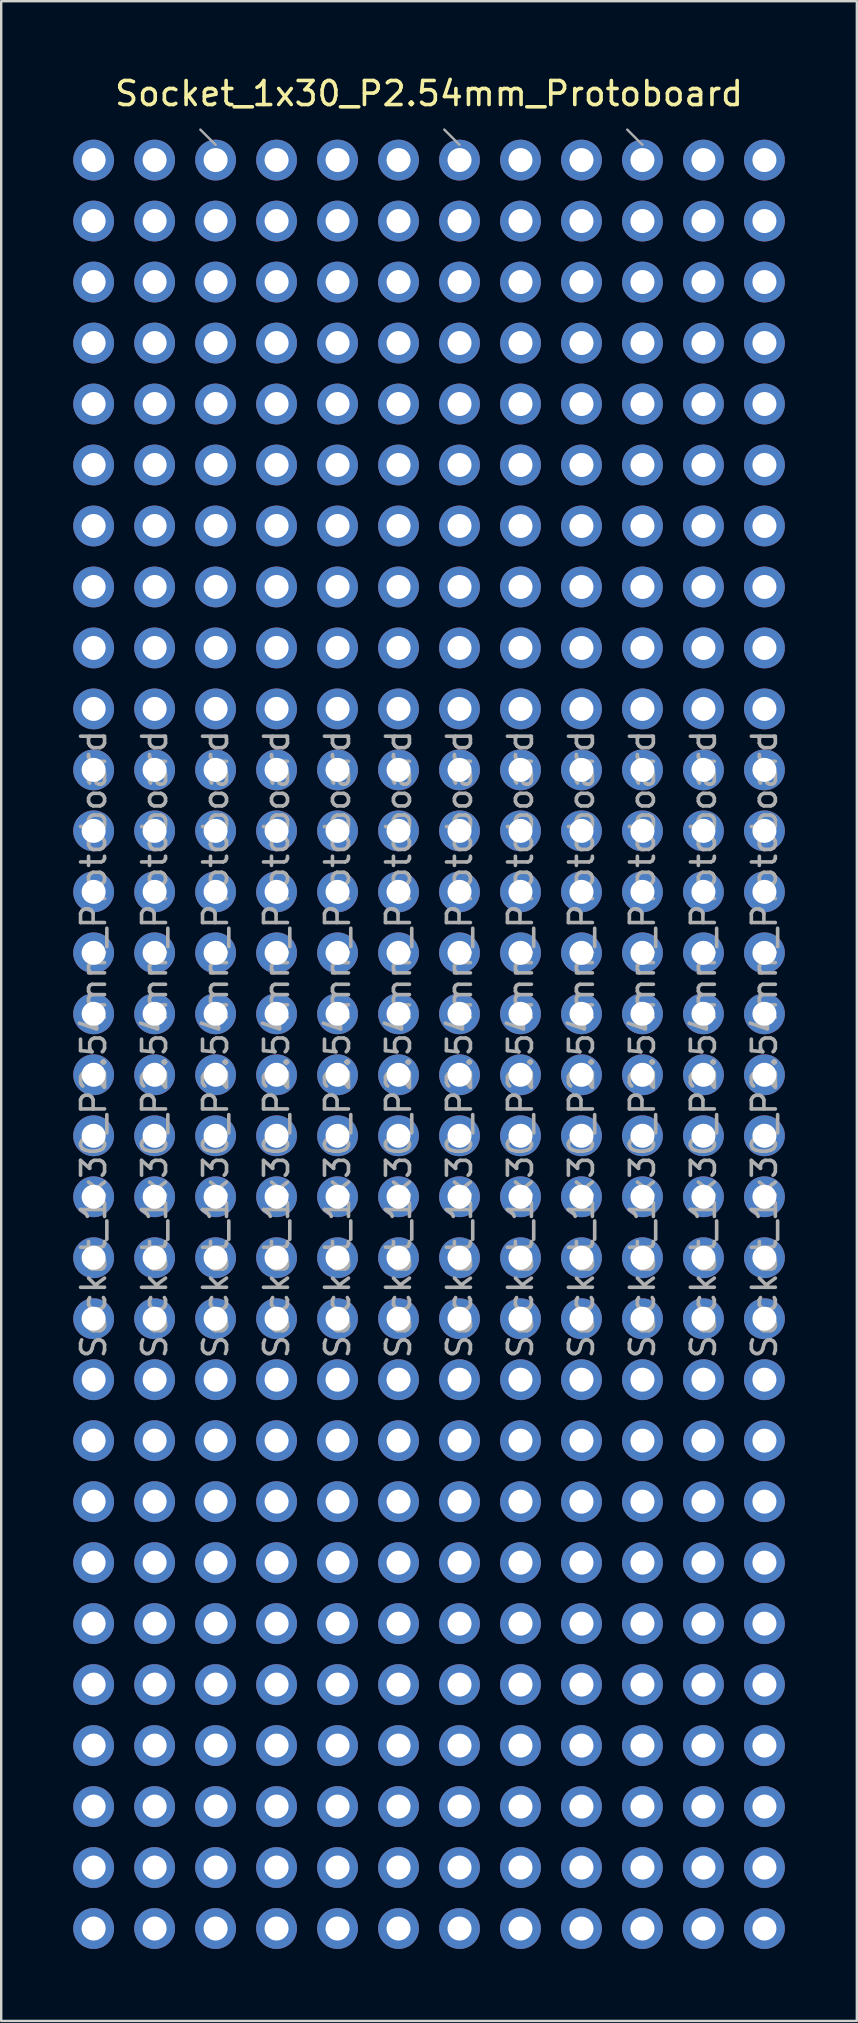
<source format=kicad_pcb>
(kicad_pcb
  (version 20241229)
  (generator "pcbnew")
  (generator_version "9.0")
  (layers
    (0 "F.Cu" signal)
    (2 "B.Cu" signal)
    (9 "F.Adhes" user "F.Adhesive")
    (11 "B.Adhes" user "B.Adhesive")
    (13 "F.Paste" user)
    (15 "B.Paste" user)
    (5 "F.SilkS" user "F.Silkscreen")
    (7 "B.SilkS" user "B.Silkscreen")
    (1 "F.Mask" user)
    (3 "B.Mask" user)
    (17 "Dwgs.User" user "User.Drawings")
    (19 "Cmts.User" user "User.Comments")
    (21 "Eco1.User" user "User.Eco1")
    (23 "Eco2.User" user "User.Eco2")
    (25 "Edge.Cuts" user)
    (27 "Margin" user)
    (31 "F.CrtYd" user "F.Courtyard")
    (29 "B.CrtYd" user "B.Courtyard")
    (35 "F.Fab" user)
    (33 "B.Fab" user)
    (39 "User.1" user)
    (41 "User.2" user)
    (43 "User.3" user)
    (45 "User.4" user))
  (footprint "Socket_1x30_P2.54mm_Protoboard"
    (layer "F.Cu")
    (at 14.82 40.448)
    (property "Reference" "Socket_1x30_P2.54mm_Protoboard" (at 0 -39.6 0) (layer "F.SilkS") (effects (font (size 1 1) (thickness 0.15))))
    (attr through_hole)
    (fp_line (start -9.525 -38.1) (end -8.89 -37.465) (stroke (width 0.1) (type solid)) (layer "F.Fab"))
    (fp_line (start 0.635 -38.1) (end 1.27 -37.465) (stroke (width 0.1) (type solid)) (layer "F.Fab"))
    (fp_line (start 8.255 -38.1) (end 8.89 -37.465) (stroke (width 0.1) (type solid)) (layer "F.Fab"))
    (fp_text user "${REFERENCE}" (at -3.81 0 90) (layer "F.Fab") (effects (font (size 1 1) (thickness 0.15))))
    (fp_text user "${REFERENCE}" (at 3.81 0 90) (layer "F.Fab") (effects (font (size 1 1) (thickness 0.15))))
    (fp_text user "${REFERENCE}" (at 6.35 0 90) (layer "F.Fab") (effects (font (size 1 1) (thickness 0.15))))
    (fp_text user "${REFERENCE}" (at 1.27 0 90) (layer "F.Fab") (effects (font (size 1 1) (thickness 0.15))))
    (fp_text user "${REFERENCE}" (at 11.43 0 90) (layer "F.Fab") (effects (font (size 1 1) (thickness 0.15))))
    (fp_text user "${REFERENCE}" (at 13.97 0 90) (layer "F.Fab") (effects (font (size 1 1) (thickness 0.15))))
    (fp_text user "${REFERENCE}" (at -11.43 0 90) (layer "F.Fab") (effects (font (size 1 1) (thickness 0.15))))
    (fp_text user "${REFERENCE}" (at -8.89 0 90) (layer "F.Fab") (effects (font (size 1 1) (thickness 0.15))))
    (fp_text user "${REFERENCE}" (at -1.27 0 90) (layer "F.Fab") (effects (font (size 1 1) (thickness 0.15))))
    (fp_text user "${REFERENCE}" (at -13.97 0 90) (layer "F.Fab") (effects (font (size 1 1) (thickness 0.15))))
    (fp_text user "${REFERENCE}" (at 8.89 0 90) (layer "F.Fab") (effects (font (size 1 1) (thickness 0.15))))
    (fp_text user "${REFERENCE}" (at -6.35 0 90) (layer "F.Fab") (effects (font (size 1 1) (thickness 0.15))))
    (pad "1" thru_hole oval (at -13.97 -36.83) (size 1.7 1.7) (drill 1) (layers "*.Cu" "*.Mask"))
    (pad "1" thru_hole oval (at -11.43 -36.83) (size 1.7 1.7) (drill 1) (layers "*.Cu" "*.Mask"))
    (pad "1" thru_hole oval (at -8.89 -36.83) (size 1.7 1.7) (drill 1) (layers "*.Cu" "*.Mask"))
    (pad "1" thru_hole oval (at -6.35 -36.83) (size 1.7 1.7) (drill 1) (layers "*.Cu" "*.Mask"))
    (pad "1" thru_hole oval (at -3.81 -36.83) (size 1.7 1.7) (drill 1) (layers "*.Cu" "*.Mask"))
    (pad "1" thru_hole oval (at -1.27 -36.83) (size 1.7 1.7) (drill 1) (layers "*.Cu" "*.Mask"))
    (pad "1" thru_hole oval (at 1.27 -36.83) (size 1.7 1.7) (drill 1) (layers "*.Cu" "*.Mask"))
    (pad "1" thru_hole oval (at 3.81 -36.83) (size 1.7 1.7) (drill 1) (layers "*.Cu" "*.Mask"))
    (pad "1" thru_hole oval (at 6.35 -36.83) (size 1.7 1.7) (drill 1) (layers "*.Cu" "*.Mask"))
    (pad "1" thru_hole oval (at 8.89 -36.83) (size 1.7 1.7) (drill 1) (layers "*.Cu" "*.Mask"))
    (pad "1" thru_hole oval (at 11.43 -36.83) (size 1.7 1.7) (drill 1) (layers "*.Cu" "*.Mask"))
    (pad "1" thru_hole oval (at 13.97 -36.83) (size 1.7 1.7) (drill 1) (layers "*.Cu" "*.Mask"))
    (pad "2" thru_hole oval (at -13.97 -34.29) (size 1.7 1.7) (drill 1) (layers "*.Cu" "*.Mask"))
    (pad "2" thru_hole oval (at -11.43 -34.29) (size 1.7 1.7) (drill 1) (layers "*.Cu" "*.Mask"))
    (pad "2" thru_hole oval (at -8.89 -34.29) (size 1.7 1.7) (drill 1) (layers "*.Cu" "*.Mask"))
    (pad "2" thru_hole oval (at -6.35 -34.29) (size 1.7 1.7) (drill 1) (layers "*.Cu" "*.Mask"))
    (pad "2" thru_hole oval (at -3.81 -34.29) (size 1.7 1.7) (drill 1) (layers "*.Cu" "*.Mask"))
    (pad "2" thru_hole oval (at -1.27 -34.29) (size 1.7 1.7) (drill 1) (layers "*.Cu" "*.Mask"))
    (pad "2" thru_hole oval (at 1.27 -34.29) (size 1.7 1.7) (drill 1) (layers "*.Cu" "*.Mask"))
    (pad "2" thru_hole oval (at 3.81 -34.29) (size 1.7 1.7) (drill 1) (layers "*.Cu" "*.Mask"))
    (pad "2" thru_hole oval (at 6.35 -34.29) (size 1.7 1.7) (drill 1) (layers "*.Cu" "*.Mask"))
    (pad "2" thru_hole oval (at 8.89 -34.29) (size 1.7 1.7) (drill 1) (layers "*.Cu" "*.Mask"))
    (pad "2" thru_hole oval (at 11.43 -34.29) (size 1.7 1.7) (drill 1) (layers "*.Cu" "*.Mask"))
    (pad "2" thru_hole oval (at 13.97 -34.29) (size 1.7 1.7) (drill 1) (layers "*.Cu" "*.Mask"))
    (pad "3" thru_hole oval (at -13.97 -31.75) (size 1.7 1.7) (drill 1) (layers "*.Cu" "*.Mask"))
    (pad "3" thru_hole oval (at -11.43 -31.75) (size 1.7 1.7) (drill 1) (layers "*.Cu" "*.Mask"))
    (pad "3" thru_hole oval (at -8.89 -31.75) (size 1.7 1.7) (drill 1) (layers "*.Cu" "*.Mask"))
    (pad "3" thru_hole oval (at -6.35 -31.75) (size 1.7 1.7) (drill 1) (layers "*.Cu" "*.Mask"))
    (pad "3" thru_hole oval (at -3.81 -31.75) (size 1.7 1.7) (drill 1) (layers "*.Cu" "*.Mask"))
    (pad "3" thru_hole oval (at -1.27 -31.75) (size 1.7 1.7) (drill 1) (layers "*.Cu" "*.Mask"))
    (pad "3" thru_hole oval (at 1.27 -31.75) (size 1.7 1.7) (drill 1) (layers "*.Cu" "*.Mask"))
    (pad "3" thru_hole oval (at 3.81 -31.75) (size 1.7 1.7) (drill 1) (layers "*.Cu" "*.Mask"))
    (pad "3" thru_hole oval (at 6.35 -31.75) (size 1.7 1.7) (drill 1) (layers "*.Cu" "*.Mask"))
    (pad "3" thru_hole oval (at 8.89 -31.75) (size 1.7 1.7) (drill 1) (layers "*.Cu" "*.Mask"))
    (pad "3" thru_hole oval (at 11.43 -31.75) (size 1.7 1.7) (drill 1) (layers "*.Cu" "*.Mask"))
    (pad "3" thru_hole oval (at 13.97 -31.75) (size 1.7 1.7) (drill 1) (layers "*.Cu" "*.Mask"))
    (pad "4" thru_hole oval (at -13.97 -29.21) (size 1.7 1.7) (drill 1) (layers "*.Cu" "*.Mask"))
    (pad "4" thru_hole oval (at -11.43 -29.21) (size 1.7 1.7) (drill 1) (layers "*.Cu" "*.Mask"))
    (pad "4" thru_hole oval (at -8.89 -29.21) (size 1.7 1.7) (drill 1) (layers "*.Cu" "*.Mask"))
    (pad "4" thru_hole oval (at -6.35 -29.21) (size 1.7 1.7) (drill 1) (layers "*.Cu" "*.Mask"))
    (pad "4" thru_hole oval (at -3.81 -29.21) (size 1.7 1.7) (drill 1) (layers "*.Cu" "*.Mask"))
    (pad "4" thru_hole oval (at -1.27 -29.21) (size 1.7 1.7) (drill 1) (layers "*.Cu" "*.Mask"))
    (pad "4" thru_hole oval (at 1.27 -29.21) (size 1.7 1.7) (drill 1) (layers "*.Cu" "*.Mask"))
    (pad "4" thru_hole oval (at 3.81 -29.21) (size 1.7 1.7) (drill 1) (layers "*.Cu" "*.Mask"))
    (pad "4" thru_hole oval (at 6.35 -29.21) (size 1.7 1.7) (drill 1) (layers "*.Cu" "*.Mask"))
    (pad "4" thru_hole oval (at 8.89 -29.21) (size 1.7 1.7) (drill 1) (layers "*.Cu" "*.Mask"))
    (pad "4" thru_hole oval (at 11.43 -29.21) (size 1.7 1.7) (drill 1) (layers "*.Cu" "*.Mask"))
    (pad "4" thru_hole oval (at 13.97 -29.21) (size 1.7 1.7) (drill 1) (layers "*.Cu" "*.Mask"))
    (pad "5" thru_hole oval (at -13.97 -26.67) (size 1.7 1.7) (drill 1) (layers "*.Cu" "*.Mask"))
    (pad "5" thru_hole oval (at -11.43 -26.67) (size 1.7 1.7) (drill 1) (layers "*.Cu" "*.Mask"))
    (pad "5" thru_hole oval (at -8.89 -26.67) (size 1.7 1.7) (drill 1) (layers "*.Cu" "*.Mask"))
    (pad "5" thru_hole oval (at -6.35 -26.67) (size 1.7 1.7) (drill 1) (layers "*.Cu" "*.Mask"))
    (pad "5" thru_hole oval (at -3.81 -26.67) (size 1.7 1.7) (drill 1) (layers "*.Cu" "*.Mask"))
    (pad "5" thru_hole oval (at -1.27 -26.67) (size 1.7 1.7) (drill 1) (layers "*.Cu" "*.Mask"))
    (pad "5" thru_hole oval (at 1.27 -26.67) (size 1.7 1.7) (drill 1) (layers "*.Cu" "*.Mask"))
    (pad "5" thru_hole oval (at 3.81 -26.67) (size 1.7 1.7) (drill 1) (layers "*.Cu" "*.Mask"))
    (pad "5" thru_hole oval (at 6.35 -26.67) (size 1.7 1.7) (drill 1) (layers "*.Cu" "*.Mask"))
    (pad "5" thru_hole oval (at 8.89 -26.67) (size 1.7 1.7) (drill 1) (layers "*.Cu" "*.Mask"))
    (pad "5" thru_hole oval (at 11.43 -26.67) (size 1.7 1.7) (drill 1) (layers "*.Cu" "*.Mask"))
    (pad "5" thru_hole oval (at 13.97 -26.67) (size 1.7 1.7) (drill 1) (layers "*.Cu" "*.Mask"))
    (pad "6" thru_hole oval (at -13.97 -24.13) (size 1.7 1.7) (drill 1) (layers "*.Cu" "*.Mask"))
    (pad "6" thru_hole oval (at -11.43 -24.13) (size 1.7 1.7) (drill 1) (layers "*.Cu" "*.Mask"))
    (pad "6" thru_hole oval (at -8.89 -24.13) (size 1.7 1.7) (drill 1) (layers "*.Cu" "*.Mask"))
    (pad "6" thru_hole oval (at -6.35 -24.13) (size 1.7 1.7) (drill 1) (layers "*.Cu" "*.Mask"))
    (pad "6" thru_hole oval (at -3.81 -24.13) (size 1.7 1.7) (drill 1) (layers "*.Cu" "*.Mask"))
    (pad "6" thru_hole oval (at -1.27 -24.13) (size 1.7 1.7) (drill 1) (layers "*.Cu" "*.Mask"))
    (pad "6" thru_hole oval (at 1.27 -24.13) (size 1.7 1.7) (drill 1) (layers "*.Cu" "*.Mask"))
    (pad "6" thru_hole oval (at 3.81 -24.13) (size 1.7 1.7) (drill 1) (layers "*.Cu" "*.Mask"))
    (pad "6" thru_hole oval (at 6.35 -24.13) (size 1.7 1.7) (drill 1) (layers "*.Cu" "*.Mask"))
    (pad "6" thru_hole oval (at 8.89 -24.13) (size 1.7 1.7) (drill 1) (layers "*.Cu" "*.Mask"))
    (pad "6" thru_hole oval (at 11.43 -24.13) (size 1.7 1.7) (drill 1) (layers "*.Cu" "*.Mask"))
    (pad "6" thru_hole oval (at 13.97 -24.13) (size 1.7 1.7) (drill 1) (layers "*.Cu" "*.Mask"))
    (pad "7" thru_hole oval (at -13.97 -21.59) (size 1.7 1.7) (drill 1) (layers "*.Cu" "*.Mask"))
    (pad "7" thru_hole oval (at -11.43 -21.59) (size 1.7 1.7) (drill 1) (layers "*.Cu" "*.Mask"))
    (pad "7" thru_hole oval (at -8.89 -21.59) (size 1.7 1.7) (drill 1) (layers "*.Cu" "*.Mask"))
    (pad "7" thru_hole oval (at -6.35 -21.59) (size 1.7 1.7) (drill 1) (layers "*.Cu" "*.Mask"))
    (pad "7" thru_hole oval (at -3.81 -21.59) (size 1.7 1.7) (drill 1) (layers "*.Cu" "*.Mask"))
    (pad "7" thru_hole oval (at -1.27 -21.59) (size 1.7 1.7) (drill 1) (layers "*.Cu" "*.Mask"))
    (pad "7" thru_hole oval (at 1.27 -21.59) (size 1.7 1.7) (drill 1) (layers "*.Cu" "*.Mask"))
    (pad "7" thru_hole oval (at 3.81 -21.59) (size 1.7 1.7) (drill 1) (layers "*.Cu" "*.Mask"))
    (pad "7" thru_hole oval (at 6.35 -21.59) (size 1.7 1.7) (drill 1) (layers "*.Cu" "*.Mask"))
    (pad "7" thru_hole oval (at 8.89 -21.59) (size 1.7 1.7) (drill 1) (layers "*.Cu" "*.Mask"))
    (pad "7" thru_hole oval (at 11.43 -21.59) (size 1.7 1.7) (drill 1) (layers "*.Cu" "*.Mask"))
    (pad "7" thru_hole oval (at 13.97 -21.59) (size 1.7 1.7) (drill 1) (layers "*.Cu" "*.Mask"))
    (pad "8" thru_hole oval (at -13.97 -19.05) (size 1.7 1.7) (drill 1) (layers "*.Cu" "*.Mask"))
    (pad "8" thru_hole oval (at -11.43 -19.05) (size 1.7 1.7) (drill 1) (layers "*.Cu" "*.Mask"))
    (pad "8" thru_hole oval (at -8.89 -19.05) (size 1.7 1.7) (drill 1) (layers "*.Cu" "*.Mask"))
    (pad "8" thru_hole oval (at -6.35 -19.05) (size 1.7 1.7) (drill 1) (layers "*.Cu" "*.Mask"))
    (pad "8" thru_hole oval (at -3.81 -19.05) (size 1.7 1.7) (drill 1) (layers "*.Cu" "*.Mask"))
    (pad "8" thru_hole oval (at -1.27 -19.05) (size 1.7 1.7) (drill 1) (layers "*.Cu" "*.Mask"))
    (pad "8" thru_hole oval (at 1.27 -19.05) (size 1.7 1.7) (drill 1) (layers "*.Cu" "*.Mask"))
    (pad "8" thru_hole oval (at 3.81 -19.05) (size 1.7 1.7) (drill 1) (layers "*.Cu" "*.Mask"))
    (pad "8" thru_hole oval (at 6.35 -19.05) (size 1.7 1.7) (drill 1) (layers "*.Cu" "*.Mask"))
    (pad "8" thru_hole oval (at 8.89 -19.05) (size 1.7 1.7) (drill 1) (layers "*.Cu" "*.Mask"))
    (pad "8" thru_hole oval (at 11.43 -19.05) (size 1.7 1.7) (drill 1) (layers "*.Cu" "*.Mask"))
    (pad "8" thru_hole oval (at 13.97 -19.05) (size 1.7 1.7) (drill 1) (layers "*.Cu" "*.Mask"))
    (pad "9" thru_hole oval (at -13.97 -16.51) (size 1.7 1.7) (drill 1) (layers "*.Cu" "*.Mask"))
    (pad "9" thru_hole oval (at -11.43 -16.51) (size 1.7 1.7) (drill 1) (layers "*.Cu" "*.Mask"))
    (pad "9" thru_hole oval (at -8.89 -16.51) (size 1.7 1.7) (drill 1) (layers "*.Cu" "*.Mask"))
    (pad "9" thru_hole oval (at -6.35 -16.51) (size 1.7 1.7) (drill 1) (layers "*.Cu" "*.Mask"))
    (pad "9" thru_hole oval (at -3.81 -16.51) (size 1.7 1.7) (drill 1) (layers "*.Cu" "*.Mask"))
    (pad "9" thru_hole oval (at -1.27 -16.51) (size 1.7 1.7) (drill 1) (layers "*.Cu" "*.Mask"))
    (pad "9" thru_hole oval (at 1.27 -16.51) (size 1.7 1.7) (drill 1) (layers "*.Cu" "*.Mask"))
    (pad "9" thru_hole oval (at 3.81 -16.51) (size 1.7 1.7) (drill 1) (layers "*.Cu" "*.Mask"))
    (pad "9" thru_hole oval (at 6.35 -16.51) (size 1.7 1.7) (drill 1) (layers "*.Cu" "*.Mask"))
    (pad "9" thru_hole oval (at 8.89 -16.51) (size 1.7 1.7) (drill 1) (layers "*.Cu" "*.Mask"))
    (pad "9" thru_hole oval (at 11.43 -16.51) (size 1.7 1.7) (drill 1) (layers "*.Cu" "*.Mask"))
    (pad "9" thru_hole oval (at 13.97 -16.51) (size 1.7 1.7) (drill 1) (layers "*.Cu" "*.Mask"))
    (pad "10" thru_hole oval (at -13.97 -13.97) (size 1.7 1.7) (drill 1) (layers "*.Cu" "*.Mask"))
    (pad "10" thru_hole oval (at -11.43 -13.97) (size 1.7 1.7) (drill 1) (layers "*.Cu" "*.Mask"))
    (pad "10" thru_hole oval (at -8.89 -13.97) (size 1.7 1.7) (drill 1) (layers "*.Cu" "*.Mask"))
    (pad "10" thru_hole oval (at -6.35 -13.97) (size 1.7 1.7) (drill 1) (layers "*.Cu" "*.Mask"))
    (pad "10" thru_hole oval (at -3.81 -13.97) (size 1.7 1.7) (drill 1) (layers "*.Cu" "*.Mask"))
    (pad "10" thru_hole oval (at -1.27 -13.97) (size 1.7 1.7) (drill 1) (layers "*.Cu" "*.Mask"))
    (pad "10" thru_hole oval (at 1.27 -13.97) (size 1.7 1.7) (drill 1) (layers "*.Cu" "*.Mask"))
    (pad "10" thru_hole oval (at 3.81 -13.97) (size 1.7 1.7) (drill 1) (layers "*.Cu" "*.Mask"))
    (pad "10" thru_hole oval (at 6.35 -13.97) (size 1.7 1.7) (drill 1) (layers "*.Cu" "*.Mask"))
    (pad "10" thru_hole oval (at 8.89 -13.97) (size 1.7 1.7) (drill 1) (layers "*.Cu" "*.Mask"))
    (pad "10" thru_hole oval (at 11.43 -13.97) (size 1.7 1.7) (drill 1) (layers "*.Cu" "*.Mask"))
    (pad "10" thru_hole oval (at 13.97 -13.97) (size 1.7 1.7) (drill 1) (layers "*.Cu" "*.Mask"))
    (pad "11" thru_hole oval (at -13.97 -11.43) (size 1.7 1.7) (drill 1) (layers "*.Cu" "*.Mask"))
    (pad "11" thru_hole oval (at -11.43 -11.43) (size 1.7 1.7) (drill 1) (layers "*.Cu" "*.Mask"))
    (pad "11" thru_hole oval (at -8.89 -11.43) (size 1.7 1.7) (drill 1) (layers "*.Cu" "*.Mask"))
    (pad "11" thru_hole oval (at -6.35 -11.43) (size 1.7 1.7) (drill 1) (layers "*.Cu" "*.Mask"))
    (pad "11" thru_hole oval (at -3.81 -11.43) (size 1.7 1.7) (drill 1) (layers "*.Cu" "*.Mask"))
    (pad "11" thru_hole oval (at -1.27 -11.43) (size 1.7 1.7) (drill 1) (layers "*.Cu" "*.Mask"))
    (pad "11" thru_hole oval (at 1.27 -11.43) (size 1.7 1.7) (drill 1) (layers "*.Cu" "*.Mask"))
    (pad "11" thru_hole oval (at 3.81 -11.43) (size 1.7 1.7) (drill 1) (layers "*.Cu" "*.Mask"))
    (pad "11" thru_hole oval (at 6.35 -11.43) (size 1.7 1.7) (drill 1) (layers "*.Cu" "*.Mask"))
    (pad "11" thru_hole oval (at 8.89 -11.43) (size 1.7 1.7) (drill 1) (layers "*.Cu" "*.Mask"))
    (pad "11" thru_hole oval (at 11.43 -11.43) (size 1.7 1.7) (drill 1) (layers "*.Cu" "*.Mask"))
    (pad "11" thru_hole oval (at 13.97 -11.43) (size 1.7 1.7) (drill 1) (layers "*.Cu" "*.Mask"))
    (pad "12" thru_hole oval (at -13.97 -8.89) (size 1.7 1.7) (drill 1) (layers "*.Cu" "*.Mask"))
    (pad "12" thru_hole oval (at -11.43 -8.89) (size 1.7 1.7) (drill 1) (layers "*.Cu" "*.Mask"))
    (pad "12" thru_hole oval (at -8.89 -8.89) (size 1.7 1.7) (drill 1) (layers "*.Cu" "*.Mask"))
    (pad "12" thru_hole oval (at -6.35 -8.89) (size 1.7 1.7) (drill 1) (layers "*.Cu" "*.Mask"))
    (pad "12" thru_hole oval (at -3.81 -8.89) (size 1.7 1.7) (drill 1) (layers "*.Cu" "*.Mask"))
    (pad "12" thru_hole oval (at -1.27 -8.89) (size 1.7 1.7) (drill 1) (layers "*.Cu" "*.Mask"))
    (pad "12" thru_hole oval (at 1.27 -8.89) (size 1.7 1.7) (drill 1) (layers "*.Cu" "*.Mask"))
    (pad "12" thru_hole oval (at 3.81 -8.89) (size 1.7 1.7) (drill 1) (layers "*.Cu" "*.Mask"))
    (pad "12" thru_hole oval (at 6.35 -8.89) (size 1.7 1.7) (drill 1) (layers "*.Cu" "*.Mask"))
    (pad "12" thru_hole oval (at 8.89 -8.89) (size 1.7 1.7) (drill 1) (layers "*.Cu" "*.Mask"))
    (pad "12" thru_hole oval (at 11.43 -8.89) (size 1.7 1.7) (drill 1) (layers "*.Cu" "*.Mask"))
    (pad "12" thru_hole oval (at 13.97 -8.89) (size 1.7 1.7) (drill 1) (layers "*.Cu" "*.Mask"))
    (pad "13" thru_hole oval (at -13.97 -6.35) (size 1.7 1.7) (drill 1) (layers "*.Cu" "*.Mask"))
    (pad "13" thru_hole oval (at -11.43 -6.35) (size 1.7 1.7) (drill 1) (layers "*.Cu" "*.Mask"))
    (pad "13" thru_hole oval (at -8.89 -6.35) (size 1.7 1.7) (drill 1) (layers "*.Cu" "*.Mask"))
    (pad "13" thru_hole oval (at -6.35 -6.35) (size 1.7 1.7) (drill 1) (layers "*.Cu" "*.Mask"))
    (pad "13" thru_hole oval (at -3.81 -6.35) (size 1.7 1.7) (drill 1) (layers "*.Cu" "*.Mask"))
    (pad "13" thru_hole oval (at -1.27 -6.35) (size 1.7 1.7) (drill 1) (layers "*.Cu" "*.Mask"))
    (pad "13" thru_hole oval (at 1.27 -6.35) (size 1.7 1.7) (drill 1) (layers "*.Cu" "*.Mask"))
    (pad "13" thru_hole oval (at 3.81 -6.35) (size 1.7 1.7) (drill 1) (layers "*.Cu" "*.Mask"))
    (pad "13" thru_hole oval (at 6.35 -6.35) (size 1.7 1.7) (drill 1) (layers "*.Cu" "*.Mask"))
    (pad "13" thru_hole oval (at 8.89 -6.35) (size 1.7 1.7) (drill 1) (layers "*.Cu" "*.Mask"))
    (pad "13" thru_hole oval (at 11.43 -6.35) (size 1.7 1.7) (drill 1) (layers "*.Cu" "*.Mask"))
    (pad "13" thru_hole oval (at 13.97 -6.35) (size 1.7 1.7) (drill 1) (layers "*.Cu" "*.Mask"))
    (pad "14" thru_hole oval (at -13.97 -3.81) (size 1.7 1.7) (drill 1) (layers "*.Cu" "*.Mask"))
    (pad "14" thru_hole oval (at -11.43 -3.81) (size 1.7 1.7) (drill 1) (layers "*.Cu" "*.Mask"))
    (pad "14" thru_hole oval (at -8.89 -3.81) (size 1.7 1.7) (drill 1) (layers "*.Cu" "*.Mask"))
    (pad "14" thru_hole oval (at -6.35 -3.81) (size 1.7 1.7) (drill 1) (layers "*.Cu" "*.Mask"))
    (pad "14" thru_hole oval (at -3.81 -3.81) (size 1.7 1.7) (drill 1) (layers "*.Cu" "*.Mask"))
    (pad "14" thru_hole oval (at -1.27 -3.81) (size 1.7 1.7) (drill 1) (layers "*.Cu" "*.Mask"))
    (pad "14" thru_hole oval (at 1.27 -3.81) (size 1.7 1.7) (drill 1) (layers "*.Cu" "*.Mask"))
    (pad "14" thru_hole oval (at 3.81 -3.81) (size 1.7 1.7) (drill 1) (layers "*.Cu" "*.Mask"))
    (pad "14" thru_hole oval (at 6.35 -3.81) (size 1.7 1.7) (drill 1) (layers "*.Cu" "*.Mask"))
    (pad "14" thru_hole oval (at 8.89 -3.81) (size 1.7 1.7) (drill 1) (layers "*.Cu" "*.Mask"))
    (pad "14" thru_hole oval (at 11.43 -3.81) (size 1.7 1.7) (drill 1) (layers "*.Cu" "*.Mask"))
    (pad "14" thru_hole oval (at 13.97 -3.81) (size 1.7 1.7) (drill 1) (layers "*.Cu" "*.Mask"))
    (pad "15" thru_hole oval (at -13.97 -1.27) (size 1.7 1.7) (drill 1) (layers "*.Cu" "*.Mask"))
    (pad "15" thru_hole oval (at -11.43 -1.27) (size 1.7 1.7) (drill 1) (layers "*.Cu" "*.Mask"))
    (pad "15" thru_hole oval (at -8.89 -1.27) (size 1.7 1.7) (drill 1) (layers "*.Cu" "*.Mask"))
    (pad "15" thru_hole oval (at -6.35 -1.27) (size 1.7 1.7) (drill 1) (layers "*.Cu" "*.Mask"))
    (pad "15" thru_hole oval (at -3.81 -1.27) (size 1.7 1.7) (drill 1) (layers "*.Cu" "*.Mask"))
    (pad "15" thru_hole oval (at -1.27 -1.27) (size 1.7 1.7) (drill 1) (layers "*.Cu" "*.Mask"))
    (pad "15" thru_hole oval (at 1.27 -1.27) (size 1.7 1.7) (drill 1) (layers "*.Cu" "*.Mask"))
    (pad "15" thru_hole oval (at 3.81 -1.27) (size 1.7 1.7) (drill 1) (layers "*.Cu" "*.Mask"))
    (pad "15" thru_hole oval (at 6.35 -1.27) (size 1.7 1.7) (drill 1) (layers "*.Cu" "*.Mask"))
    (pad "15" thru_hole oval (at 8.89 -1.27) (size 1.7 1.7) (drill 1) (layers "*.Cu" "*.Mask"))
    (pad "15" thru_hole oval (at 11.43 -1.27) (size 1.7 1.7) (drill 1) (layers "*.Cu" "*.Mask"))
    (pad "15" thru_hole oval (at 13.97 -1.27) (size 1.7 1.7) (drill 1) (layers "*.Cu" "*.Mask"))
    (pad "16" thru_hole oval (at -13.97 1.27) (size 1.7 1.7) (drill 1) (layers "*.Cu" "*.Mask"))
    (pad "16" thru_hole oval (at -11.43 1.27) (size 1.7 1.7) (drill 1) (layers "*.Cu" "*.Mask"))
    (pad "16" thru_hole oval (at -8.89 1.27) (size 1.7 1.7) (drill 1) (layers "*.Cu" "*.Mask"))
    (pad "16" thru_hole oval (at -6.35 1.27) (size 1.7 1.7) (drill 1) (layers "*.Cu" "*.Mask"))
    (pad "16" thru_hole oval (at -3.81 1.27) (size 1.7 1.7) (drill 1) (layers "*.Cu" "*.Mask"))
    (pad "16" thru_hole oval (at -1.27 1.27) (size 1.7 1.7) (drill 1) (layers "*.Cu" "*.Mask"))
    (pad "16" thru_hole oval (at 1.27 1.27) (size 1.7 1.7) (drill 1) (layers "*.Cu" "*.Mask"))
    (pad "16" thru_hole oval (at 3.81 1.27) (size 1.7 1.7) (drill 1) (layers "*.Cu" "*.Mask"))
    (pad "16" thru_hole oval (at 6.35 1.27) (size 1.7 1.7) (drill 1) (layers "*.Cu" "*.Mask"))
    (pad "16" thru_hole oval (at 8.89 1.27) (size 1.7 1.7) (drill 1) (layers "*.Cu" "*.Mask"))
    (pad "16" thru_hole oval (at 11.43 1.27) (size 1.7 1.7) (drill 1) (layers "*.Cu" "*.Mask"))
    (pad "16" thru_hole oval (at 13.97 1.27) (size 1.7 1.7) (drill 1) (layers "*.Cu" "*.Mask"))
    (pad "17" thru_hole oval (at -13.97 3.81) (size 1.7 1.7) (drill 1) (layers "*.Cu" "*.Mask"))
    (pad "17" thru_hole oval (at -11.43 3.81) (size 1.7 1.7) (drill 1) (layers "*.Cu" "*.Mask"))
    (pad "17" thru_hole oval (at -8.89 3.81) (size 1.7 1.7) (drill 1) (layers "*.Cu" "*.Mask"))
    (pad "17" thru_hole oval (at -6.35 3.81) (size 1.7 1.7) (drill 1) (layers "*.Cu" "*.Mask"))
    (pad "17" thru_hole oval (at -3.81 3.81) (size 1.7 1.7) (drill 1) (layers "*.Cu" "*.Mask"))
    (pad "17" thru_hole oval (at -1.27 3.81) (size 1.7 1.7) (drill 1) (layers "*.Cu" "*.Mask"))
    (pad "17" thru_hole oval (at 1.27 3.81) (size 1.7 1.7) (drill 1) (layers "*.Cu" "*.Mask"))
    (pad "17" thru_hole oval (at 3.81 3.81) (size 1.7 1.7) (drill 1) (layers "*.Cu" "*.Mask"))
    (pad "17" thru_hole oval (at 6.35 3.81) (size 1.7 1.7) (drill 1) (layers "*.Cu" "*.Mask"))
    (pad "17" thru_hole oval (at 8.89 3.81) (size 1.7 1.7) (drill 1) (layers "*.Cu" "*.Mask"))
    (pad "17" thru_hole oval (at 11.43 3.81) (size 1.7 1.7) (drill 1) (layers "*.Cu" "*.Mask"))
    (pad "17" thru_hole oval (at 13.97 3.81) (size 1.7 1.7) (drill 1) (layers "*.Cu" "*.Mask"))
    (pad "18" thru_hole oval (at -13.97 6.35) (size 1.7 1.7) (drill 1) (layers "*.Cu" "*.Mask"))
    (pad "18" thru_hole oval (at -11.43 6.35) (size 1.7 1.7) (drill 1) (layers "*.Cu" "*.Mask"))
    (pad "18" thru_hole oval (at -8.89 6.35) (size 1.7 1.7) (drill 1) (layers "*.Cu" "*.Mask"))
    (pad "18" thru_hole oval (at -6.35 6.35) (size 1.7 1.7) (drill 1) (layers "*.Cu" "*.Mask"))
    (pad "18" thru_hole oval (at -3.81 6.35) (size 1.7 1.7) (drill 1) (layers "*.Cu" "*.Mask"))
    (pad "18" thru_hole oval (at -1.27 6.35) (size 1.7 1.7) (drill 1) (layers "*.Cu" "*.Mask"))
    (pad "18" thru_hole oval (at 1.27 6.35) (size 1.7 1.7) (drill 1) (layers "*.Cu" "*.Mask"))
    (pad "18" thru_hole oval (at 3.81 6.35) (size 1.7 1.7) (drill 1) (layers "*.Cu" "*.Mask"))
    (pad "18" thru_hole oval (at 6.35 6.35) (size 1.7 1.7) (drill 1) (layers "*.Cu" "*.Mask"))
    (pad "18" thru_hole oval (at 8.89 6.35) (size 1.7 1.7) (drill 1) (layers "*.Cu" "*.Mask"))
    (pad "18" thru_hole oval (at 11.43 6.35) (size 1.7 1.7) (drill 1) (layers "*.Cu" "*.Mask"))
    (pad "18" thru_hole oval (at 13.97 6.35) (size 1.7 1.7) (drill 1) (layers "*.Cu" "*.Mask"))
    (pad "19" thru_hole oval (at -13.97 8.89) (size 1.7 1.7) (drill 1) (layers "*.Cu" "*.Mask"))
    (pad "19" thru_hole oval (at -11.43 8.89) (size 1.7 1.7) (drill 1) (layers "*.Cu" "*.Mask"))
    (pad "19" thru_hole oval (at -8.89 8.89) (size 1.7 1.7) (drill 1) (layers "*.Cu" "*.Mask"))
    (pad "19" thru_hole oval (at -6.35 8.89) (size 1.7 1.7) (drill 1) (layers "*.Cu" "*.Mask"))
    (pad "19" thru_hole oval (at -3.81 8.89) (size 1.7 1.7) (drill 1) (layers "*.Cu" "*.Mask"))
    (pad "19" thru_hole oval (at -1.27 8.89) (size 1.7 1.7) (drill 1) (layers "*.Cu" "*.Mask"))
    (pad "19" thru_hole oval (at 1.27 8.89) (size 1.7 1.7) (drill 1) (layers "*.Cu" "*.Mask"))
    (pad "19" thru_hole oval (at 3.81 8.89) (size 1.7 1.7) (drill 1) (layers "*.Cu" "*.Mask"))
    (pad "19" thru_hole oval (at 6.35 8.89) (size 1.7 1.7) (drill 1) (layers "*.Cu" "*.Mask"))
    (pad "19" thru_hole oval (at 8.89 8.89) (size 1.7 1.7) (drill 1) (layers "*.Cu" "*.Mask"))
    (pad "19" thru_hole oval (at 11.43 8.89) (size 1.7 1.7) (drill 1) (layers "*.Cu" "*.Mask"))
    (pad "19" thru_hole oval (at 13.97 8.89) (size 1.7 1.7) (drill 1) (layers "*.Cu" "*.Mask"))
    (pad "20" thru_hole oval (at -13.97 11.43) (size 1.7 1.7) (drill 1) (layers "*.Cu" "*.Mask"))
    (pad "20" thru_hole oval (at -11.43 11.43) (size 1.7 1.7) (drill 1) (layers "*.Cu" "*.Mask"))
    (pad "20" thru_hole oval (at -8.89 11.43) (size 1.7 1.7) (drill 1) (layers "*.Cu" "*.Mask"))
    (pad "20" thru_hole oval (at -6.35 11.43) (size 1.7 1.7) (drill 1) (layers "*.Cu" "*.Mask"))
    (pad "20" thru_hole oval (at -3.81 11.43) (size 1.7 1.7) (drill 1) (layers "*.Cu" "*.Mask"))
    (pad "20" thru_hole oval (at -1.27 11.43) (size 1.7 1.7) (drill 1) (layers "*.Cu" "*.Mask"))
    (pad "20" thru_hole oval (at 1.27 11.43) (size 1.7 1.7) (drill 1) (layers "*.Cu" "*.Mask"))
    (pad "20" thru_hole oval (at 3.81 11.43) (size 1.7 1.7) (drill 1) (layers "*.Cu" "*.Mask"))
    (pad "20" thru_hole oval (at 6.35 11.43) (size 1.7 1.7) (drill 1) (layers "*.Cu" "*.Mask"))
    (pad "20" thru_hole oval (at 8.89 11.43) (size 1.7 1.7) (drill 1) (layers "*.Cu" "*.Mask"))
    (pad "20" thru_hole oval (at 11.43 11.43) (size 1.7 1.7) (drill 1) (layers "*.Cu" "*.Mask"))
    (pad "20" thru_hole oval (at 13.97 11.43) (size 1.7 1.7) (drill 1) (layers "*.Cu" "*.Mask"))
    (pad "21" thru_hole oval (at -13.97 13.97) (size 1.7 1.7) (drill 1) (layers "*.Cu" "*.Mask"))
    (pad "21" thru_hole oval (at -11.43 13.97) (size 1.7 1.7) (drill 1) (layers "*.Cu" "*.Mask"))
    (pad "21" thru_hole oval (at -8.89 13.97) (size 1.7 1.7) (drill 1) (layers "*.Cu" "*.Mask"))
    (pad "21" thru_hole oval (at -6.35 13.97) (size 1.7 1.7) (drill 1) (layers "*.Cu" "*.Mask"))
    (pad "21" thru_hole oval (at -3.81 13.97) (size 1.7 1.7) (drill 1) (layers "*.Cu" "*.Mask"))
    (pad "21" thru_hole oval (at -1.27 13.97) (size 1.7 1.7) (drill 1) (layers "*.Cu" "*.Mask"))
    (pad "21" thru_hole oval (at 1.27 13.97) (size 1.7 1.7) (drill 1) (layers "*.Cu" "*.Mask"))
    (pad "21" thru_hole oval (at 3.81 13.97) (size 1.7 1.7) (drill 1) (layers "*.Cu" "*.Mask"))
    (pad "21" thru_hole oval (at 6.35 13.97) (size 1.7 1.7) (drill 1) (layers "*.Cu" "*.Mask"))
    (pad "21" thru_hole oval (at 8.89 13.97) (size 1.7 1.7) (drill 1) (layers "*.Cu" "*.Mask"))
    (pad "21" thru_hole oval (at 11.43 13.97) (size 1.7 1.7) (drill 1) (layers "*.Cu" "*.Mask"))
    (pad "21" thru_hole oval (at 13.97 13.97) (size 1.7 1.7) (drill 1) (layers "*.Cu" "*.Mask"))
    (pad "22" thru_hole oval (at -13.97 16.51) (size 1.7 1.7) (drill 1) (layers "*.Cu" "*.Mask"))
    (pad "22" thru_hole oval (at -11.43 16.51) (size 1.7 1.7) (drill 1) (layers "*.Cu" "*.Mask"))
    (pad "22" thru_hole oval (at -8.89 16.51) (size 1.7 1.7) (drill 1) (layers "*.Cu" "*.Mask"))
    (pad "22" thru_hole oval (at -6.35 16.51) (size 1.7 1.7) (drill 1) (layers "*.Cu" "*.Mask"))
    (pad "22" thru_hole oval (at -3.81 16.51) (size 1.7 1.7) (drill 1) (layers "*.Cu" "*.Mask"))
    (pad "22" thru_hole oval (at -1.27 16.51) (size 1.7 1.7) (drill 1) (layers "*.Cu" "*.Mask"))
    (pad "22" thru_hole oval (at 1.27 16.51) (size 1.7 1.7) (drill 1) (layers "*.Cu" "*.Mask"))
    (pad "22" thru_hole oval (at 3.81 16.51) (size 1.7 1.7) (drill 1) (layers "*.Cu" "*.Mask"))
    (pad "22" thru_hole oval (at 6.35 16.51) (size 1.7 1.7) (drill 1) (layers "*.Cu" "*.Mask"))
    (pad "22" thru_hole oval (at 8.89 16.51) (size 1.7 1.7) (drill 1) (layers "*.Cu" "*.Mask"))
    (pad "22" thru_hole oval (at 11.43 16.51) (size 1.7 1.7) (drill 1) (layers "*.Cu" "*.Mask"))
    (pad "22" thru_hole oval (at 13.97 16.51) (size 1.7 1.7) (drill 1) (layers "*.Cu" "*.Mask"))
    (pad "23" thru_hole oval (at -13.97 19.05) (size 1.7 1.7) (drill 1) (layers "*.Cu" "*.Mask"))
    (pad "23" thru_hole oval (at -11.43 19.05) (size 1.7 1.7) (drill 1) (layers "*.Cu" "*.Mask"))
    (pad "23" thru_hole oval (at -8.89 19.05) (size 1.7 1.7) (drill 1) (layers "*.Cu" "*.Mask"))
    (pad "23" thru_hole oval (at -6.35 19.05) (size 1.7 1.7) (drill 1) (layers "*.Cu" "*.Mask"))
    (pad "23" thru_hole oval (at -3.81 19.05) (size 1.7 1.7) (drill 1) (layers "*.Cu" "*.Mask"))
    (pad "23" thru_hole oval (at -1.27 19.05) (size 1.7 1.7) (drill 1) (layers "*.Cu" "*.Mask"))
    (pad "23" thru_hole oval (at 1.27 19.05) (size 1.7 1.7) (drill 1) (layers "*.Cu" "*.Mask"))
    (pad "23" thru_hole oval (at 3.81 19.05) (size 1.7 1.7) (drill 1) (layers "*.Cu" "*.Mask"))
    (pad "23" thru_hole oval (at 6.35 19.05) (size 1.7 1.7) (drill 1) (layers "*.Cu" "*.Mask"))
    (pad "23" thru_hole oval (at 8.89 19.05) (size 1.7 1.7) (drill 1) (layers "*.Cu" "*.Mask"))
    (pad "23" thru_hole oval (at 11.43 19.05) (size 1.7 1.7) (drill 1) (layers "*.Cu" "*.Mask"))
    (pad "23" thru_hole oval (at 13.97 19.05) (size 1.7 1.7) (drill 1) (layers "*.Cu" "*.Mask"))
    (pad "24" thru_hole oval (at -13.97 21.59) (size 1.7 1.7) (drill 1) (layers "*.Cu" "*.Mask"))
    (pad "24" thru_hole oval (at -11.43 21.59) (size 1.7 1.7) (drill 1) (layers "*.Cu" "*.Mask"))
    (pad "24" thru_hole oval (at -8.89 21.59) (size 1.7 1.7) (drill 1) (layers "*.Cu" "*.Mask"))
    (pad "24" thru_hole oval (at -6.35 21.59) (size 1.7 1.7) (drill 1) (layers "*.Cu" "*.Mask"))
    (pad "24" thru_hole oval (at -3.81 21.59) (size 1.7 1.7) (drill 1) (layers "*.Cu" "*.Mask"))
    (pad "24" thru_hole oval (at -1.27 21.59) (size 1.7 1.7) (drill 1) (layers "*.Cu" "*.Mask"))
    (pad "24" thru_hole oval (at 1.27 21.59) (size 1.7 1.7) (drill 1) (layers "*.Cu" "*.Mask"))
    (pad "24" thru_hole oval (at 3.81 21.59) (size 1.7 1.7) (drill 1) (layers "*.Cu" "*.Mask"))
    (pad "24" thru_hole oval (at 6.35 21.59) (size 1.7 1.7) (drill 1) (layers "*.Cu" "*.Mask"))
    (pad "24" thru_hole oval (at 8.89 21.59) (size 1.7 1.7) (drill 1) (layers "*.Cu" "*.Mask"))
    (pad "24" thru_hole oval (at 11.43 21.59) (size 1.7 1.7) (drill 1) (layers "*.Cu" "*.Mask"))
    (pad "24" thru_hole oval (at 13.97 21.59) (size 1.7 1.7) (drill 1) (layers "*.Cu" "*.Mask"))
    (pad "25" thru_hole oval (at -13.97 24.13) (size 1.7 1.7) (drill 1) (layers "*.Cu" "*.Mask"))
    (pad "25" thru_hole oval (at -11.43 24.13) (size 1.7 1.7) (drill 1) (layers "*.Cu" "*.Mask"))
    (pad "25" thru_hole oval (at -8.89 24.13) (size 1.7 1.7) (drill 1) (layers "*.Cu" "*.Mask"))
    (pad "25" thru_hole oval (at -6.35 24.13) (size 1.7 1.7) (drill 1) (layers "*.Cu" "*.Mask"))
    (pad "25" thru_hole oval (at -3.81 24.13) (size 1.7 1.7) (drill 1) (layers "*.Cu" "*.Mask"))
    (pad "25" thru_hole oval (at -1.27 24.13) (size 1.7 1.7) (drill 1) (layers "*.Cu" "*.Mask"))
    (pad "25" thru_hole oval (at 1.27 24.13) (size 1.7 1.7) (drill 1) (layers "*.Cu" "*.Mask"))
    (pad "25" thru_hole oval (at 3.81 24.13) (size 1.7 1.7) (drill 1) (layers "*.Cu" "*.Mask"))
    (pad "25" thru_hole oval (at 6.35 24.13) (size 1.7 1.7) (drill 1) (layers "*.Cu" "*.Mask"))
    (pad "25" thru_hole oval (at 8.89 24.13) (size 1.7 1.7) (drill 1) (layers "*.Cu" "*.Mask"))
    (pad "25" thru_hole oval (at 11.43 24.13) (size 1.7 1.7) (drill 1) (layers "*.Cu" "*.Mask"))
    (pad "25" thru_hole oval (at 13.97 24.13) (size 1.7 1.7) (drill 1) (layers "*.Cu" "*.Mask"))
    (pad "26" thru_hole oval (at -13.97 26.67) (size 1.7 1.7) (drill 1) (layers "*.Cu" "*.Mask"))
    (pad "26" thru_hole oval (at -11.43 26.67) (size 1.7 1.7) (drill 1) (layers "*.Cu" "*.Mask"))
    (pad "26" thru_hole oval (at -8.89 26.67) (size 1.7 1.7) (drill 1) (layers "*.Cu" "*.Mask"))
    (pad "26" thru_hole oval (at -6.35 26.67) (size 1.7 1.7) (drill 1) (layers "*.Cu" "*.Mask"))
    (pad "26" thru_hole oval (at -3.81 26.67) (size 1.7 1.7) (drill 1) (layers "*.Cu" "*.Mask"))
    (pad "26" thru_hole oval (at -1.27 26.67) (size 1.7 1.7) (drill 1) (layers "*.Cu" "*.Mask"))
    (pad "26" thru_hole oval (at 1.27 26.67) (size 1.7 1.7) (drill 1) (layers "*.Cu" "*.Mask"))
    (pad "26" thru_hole oval (at 3.81 26.67) (size 1.7 1.7) (drill 1) (layers "*.Cu" "*.Mask"))
    (pad "26" thru_hole oval (at 6.35 26.67) (size 1.7 1.7) (drill 1) (layers "*.Cu" "*.Mask"))
    (pad "26" thru_hole oval (at 8.89 26.67) (size 1.7 1.7) (drill 1) (layers "*.Cu" "*.Mask"))
    (pad "26" thru_hole oval (at 11.43 26.67) (size 1.7 1.7) (drill 1) (layers "*.Cu" "*.Mask"))
    (pad "26" thru_hole oval (at 13.97 26.67) (size 1.7 1.7) (drill 1) (layers "*.Cu" "*.Mask"))
    (pad "27" thru_hole oval (at -13.97 29.21) (size 1.7 1.7) (drill 1) (layers "*.Cu" "*.Mask"))
    (pad "27" thru_hole oval (at -11.43 29.21) (size 1.7 1.7) (drill 1) (layers "*.Cu" "*.Mask"))
    (pad "27" thru_hole oval (at -8.89 29.21) (size 1.7 1.7) (drill 1) (layers "*.Cu" "*.Mask"))
    (pad "27" thru_hole oval (at -6.35 29.21) (size 1.7 1.7) (drill 1) (layers "*.Cu" "*.Mask"))
    (pad "27" thru_hole oval (at -3.81 29.21) (size 1.7 1.7) (drill 1) (layers "*.Cu" "*.Mask"))
    (pad "27" thru_hole oval (at -1.27 29.21) (size 1.7 1.7) (drill 1) (layers "*.Cu" "*.Mask"))
    (pad "27" thru_hole oval (at 1.27 29.21) (size 1.7 1.7) (drill 1) (layers "*.Cu" "*.Mask"))
    (pad "27" thru_hole oval (at 3.81 29.21) (size 1.7 1.7) (drill 1) (layers "*.Cu" "*.Mask"))
    (pad "27" thru_hole oval (at 6.35 29.21) (size 1.7 1.7) (drill 1) (layers "*.Cu" "*.Mask"))
    (pad "27" thru_hole oval (at 8.89 29.21) (size 1.7 1.7) (drill 1) (layers "*.Cu" "*.Mask"))
    (pad "27" thru_hole oval (at 11.43 29.21) (size 1.7 1.7) (drill 1) (layers "*.Cu" "*.Mask"))
    (pad "27" thru_hole oval (at 13.97 29.21) (size 1.7 1.7) (drill 1) (layers "*.Cu" "*.Mask"))
    (pad "28" thru_hole oval (at -13.97 31.75) (size 1.7 1.7) (drill 1) (layers "*.Cu" "*.Mask"))
    (pad "28" thru_hole oval (at -11.43 31.75) (size 1.7 1.7) (drill 1) (layers "*.Cu" "*.Mask"))
    (pad "28" thru_hole oval (at -8.89 31.75) (size 1.7 1.7) (drill 1) (layers "*.Cu" "*.Mask"))
    (pad "28" thru_hole oval (at -6.35 31.75) (size 1.7 1.7) (drill 1) (layers "*.Cu" "*.Mask"))
    (pad "28" thru_hole oval (at -3.81 31.75) (size 1.7 1.7) (drill 1) (layers "*.Cu" "*.Mask"))
    (pad "28" thru_hole oval (at -1.27 31.75) (size 1.7 1.7) (drill 1) (layers "*.Cu" "*.Mask"))
    (pad "28" thru_hole oval (at 1.27 31.75) (size 1.7 1.7) (drill 1) (layers "*.Cu" "*.Mask"))
    (pad "28" thru_hole oval (at 3.81 31.75) (size 1.7 1.7) (drill 1) (layers "*.Cu" "*.Mask"))
    (pad "28" thru_hole oval (at 6.35 31.75) (size 1.7 1.7) (drill 1) (layers "*.Cu" "*.Mask"))
    (pad "28" thru_hole oval (at 8.89 31.75) (size 1.7 1.7) (drill 1) (layers "*.Cu" "*.Mask"))
    (pad "28" thru_hole oval (at 11.43 31.75) (size 1.7 1.7) (drill 1) (layers "*.Cu" "*.Mask"))
    (pad "28" thru_hole oval (at 13.97 31.75) (size 1.7 1.7) (drill 1) (layers "*.Cu" "*.Mask"))
    (pad "29" thru_hole oval (at -13.97 34.29) (size 1.7 1.7) (drill 1) (layers "*.Cu" "*.Mask"))
    (pad "29" thru_hole oval (at -11.43 34.29) (size 1.7 1.7) (drill 1) (layers "*.Cu" "*.Mask"))
    (pad "29" thru_hole oval (at -8.89 34.29) (size 1.7 1.7) (drill 1) (layers "*.Cu" "*.Mask"))
    (pad "29" thru_hole oval (at -6.35 34.29) (size 1.7 1.7) (drill 1) (layers "*.Cu" "*.Mask"))
    (pad "29" thru_hole oval (at -3.81 34.29) (size 1.7 1.7) (drill 1) (layers "*.Cu" "*.Mask"))
    (pad "29" thru_hole oval (at -1.27 34.29) (size 1.7 1.7) (drill 1) (layers "*.Cu" "*.Mask"))
    (pad "29" thru_hole oval (at 1.27 34.29) (size 1.7 1.7) (drill 1) (layers "*.Cu" "*.Mask"))
    (pad "29" thru_hole oval (at 3.81 34.29) (size 1.7 1.7) (drill 1) (layers "*.Cu" "*.Mask"))
    (pad "29" thru_hole oval (at 6.35 34.29) (size 1.7 1.7) (drill 1) (layers "*.Cu" "*.Mask"))
    (pad "29" thru_hole oval (at 8.89 34.29) (size 1.7 1.7) (drill 1) (layers "*.Cu" "*.Mask"))
    (pad "29" thru_hole oval (at 11.43 34.29) (size 1.7 1.7) (drill 1) (layers "*.Cu" "*.Mask"))
    (pad "29" thru_hole oval (at 13.97 34.29) (size 1.7 1.7) (drill 1) (layers "*.Cu" "*.Mask"))
    (pad "30" thru_hole oval (at -13.97 36.83) (size 1.7 1.7) (drill 1) (layers "*.Cu" "*.Mask"))
    (pad "30" thru_hole oval (at -11.43 36.83) (size 1.7 1.7) (drill 1) (layers "*.Cu" "*.Mask"))
    (pad "30" thru_hole oval (at -8.89 36.83) (size 1.7 1.7) (drill 1) (layers "*.Cu" "*.Mask"))
    (pad "30" thru_hole oval (at -6.35 36.83) (size 1.7 1.7) (drill 1) (layers "*.Cu" "*.Mask"))
    (pad "30" thru_hole oval (at -3.81 36.83) (size 1.7 1.7) (drill 1) (layers "*.Cu" "*.Mask"))
    (pad "30" thru_hole oval (at -1.27 36.83) (size 1.7 1.7) (drill 1) (layers "*.Cu" "*.Mask"))
    (pad "30" thru_hole oval (at 1.27 36.83) (size 1.7 1.7) (drill 1) (layers "*.Cu" "*.Mask"))
    (pad "30" thru_hole oval (at 3.81 36.83) (size 1.7 1.7) (drill 1) (layers "*.Cu" "*.Mask"))
    (pad "30" thru_hole oval (at 6.35 36.83) (size 1.7 1.7) (drill 1) (layers "*.Cu" "*.Mask"))
    (pad "30" thru_hole oval (at 8.89 36.83) (size 1.7 1.7) (drill 1) (layers "*.Cu" "*.Mask"))
    (pad "30" thru_hole oval (at 11.43 36.83) (size 1.7 1.7) (drill 1) (layers "*.Cu" "*.Mask"))
    (pad "30" thru_hole oval (at 13.97 36.83) (size 1.7 1.7) (drill 1) (layers "*.Cu" "*.Mask")))
  (gr_rect
    (start -3 -3)
    (end 32.64 81.128)
    (stroke (width 0.1) (type default))
    (fill no)
    (layer "Edge.Cuts")))
</source>
